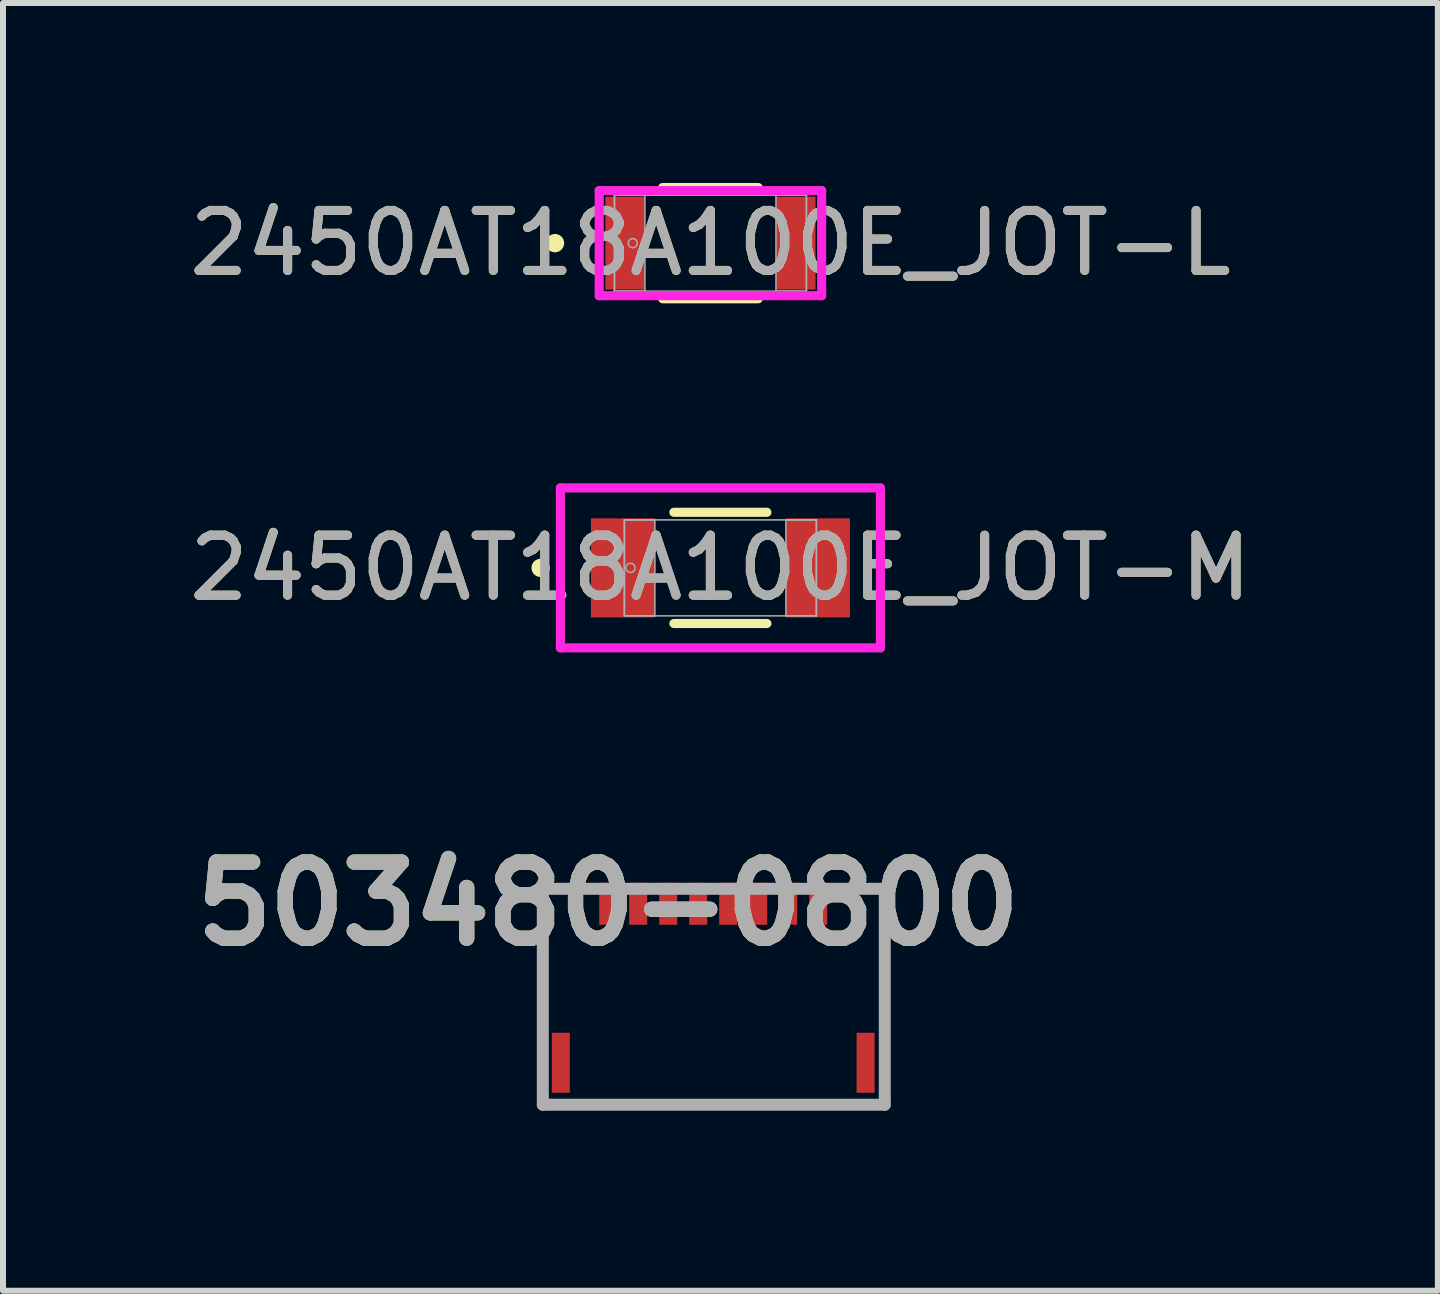
<source format=kicad_pcb>
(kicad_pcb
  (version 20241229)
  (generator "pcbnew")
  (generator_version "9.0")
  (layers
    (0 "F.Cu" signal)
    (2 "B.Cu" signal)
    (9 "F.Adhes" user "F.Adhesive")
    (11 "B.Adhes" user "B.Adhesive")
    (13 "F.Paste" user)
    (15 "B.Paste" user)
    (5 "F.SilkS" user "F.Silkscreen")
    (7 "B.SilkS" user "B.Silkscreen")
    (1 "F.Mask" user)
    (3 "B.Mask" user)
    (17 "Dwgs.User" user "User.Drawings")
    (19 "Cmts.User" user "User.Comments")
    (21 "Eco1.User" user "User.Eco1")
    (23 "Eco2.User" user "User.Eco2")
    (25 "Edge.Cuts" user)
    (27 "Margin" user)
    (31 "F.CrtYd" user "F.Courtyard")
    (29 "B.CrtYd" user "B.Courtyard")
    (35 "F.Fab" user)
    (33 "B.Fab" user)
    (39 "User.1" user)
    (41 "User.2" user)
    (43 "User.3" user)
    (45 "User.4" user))
  (footprint "2450AT18A100E_JOT-L"
    (layer "F.Cu")
    (at 8.792 1.003)
    (property "Reference" "2450AT18A100E_JOT-L" (at 0 0 0) (unlocked yes) (layer "F.SilkS") (effects (font (size 1 1) (thickness 0.15))))
    (attr smd)
    (fp_line (start -0.796 0.927) (end 0.796 0.927) (stroke (width 0.152) (type solid)) (layer "F.SilkS"))
    (fp_line (start 0.796 -0.927) (end -0.796 -0.927) (stroke (width 0.152) (type solid)) (layer "F.SilkS"))
    (fp_circle (center -2.591 0) (end -2.514 0) (stroke (width 0.152) (type solid)) (fill no) (layer "F.SilkS"))
    (fp_line (start -1.854 -0.876) (end 1.854 -0.876) (stroke (width 0.152) (type solid)) (layer "F.CrtYd"))
    (fp_line (start -1.854 0.876) (end -1.854 -0.876) (stroke (width 0.152) (type solid)) (layer "F.CrtYd"))
    (fp_line (start 1.854 -0.876) (end 1.854 0.876) (stroke (width 0.152) (type solid)) (layer "F.CrtYd"))
    (fp_line (start 1.854 0.876) (end -1.854 0.876) (stroke (width 0.152) (type solid)) (layer "F.CrtYd"))
    (fp_line (start -1.6 -0.8) (end -1.6 0.8) (stroke (width 0.025) (type solid)) (layer "F.Fab"))
    (fp_line (start -1.6 -0.8) (end -1.6 0.8) (stroke (width 0.025) (type solid)) (layer "F.Fab"))
    (fp_line (start -1.6 0.8) (end -1.092 0.8) (stroke (width 0.025) (type solid)) (layer "F.Fab"))
    (fp_line (start -1.6 0.8) (end 1.6 0.8) (stroke (width 0.025) (type solid)) (layer "F.Fab"))
    (fp_line (start -1.092 -0.8) (end -1.6 -0.8) (stroke (width 0.025) (type solid)) (layer "F.Fab"))
    (fp_line (start -1.092 0.8) (end -1.092 -0.8) (stroke (width 0.025) (type solid)) (layer "F.Fab"))
    (fp_line (start 1.092 -0.8) (end 1.092 0.8) (stroke (width 0.025) (type solid)) (layer "F.Fab"))
    (fp_line (start 1.092 0.8) (end 1.6 0.8) (stroke (width 0.025) (type solid)) (layer "F.Fab"))
    (fp_line (start 1.6 -0.8) (end -1.6 -0.8) (stroke (width 0.025) (type solid)) (layer "F.Fab"))
    (fp_line (start 1.6 -0.8) (end 1.092 -0.8) (stroke (width 0.025) (type solid)) (layer "F.Fab"))
    (fp_line (start 1.6 0.8) (end 1.6 -0.8) (stroke (width 0.025) (type solid)) (layer "F.Fab"))
    (fp_line (start 1.6 0.8) (end 1.6 -0.8) (stroke (width 0.025) (type solid)) (layer "F.Fab"))
    (fp_circle (center -1.295 0) (end -1.219 0) (stroke (width 0.025) (type solid)) (fill no) (layer "F.Fab"))
    (fp_text user "${REFERENCE}" (at 0 0 0) (unlocked yes) (layer "F.Fab") (effects (font (size 1 1) (thickness 0.15))))
    (pad "1" smd rect (at -1.422 0) (size 0.66 1.549) (layers "F.Cu" "F.Mask" "F.Paste"))
    (pad "2" smd rect (at 1.422 0) (size 0.66 1.549) (layers "F.Cu" "F.Mask" "F.Paste"))
    (zone (net_name "") (layer "F.Cu") (hatch full 0.508) (connect_pads) (min_thickness 0.254) (filled_areas_thickness no) (keepout (tracks not_allowed) (vias not_allowed) (pads allowed) (copperpour not_allowed) (footprints allowed)) (placement (enabled no)) (fill) (polygon (pts (xy 7.75 0.254) (xy 9.833 0.254) (xy 9.833 1.753) (xy 7.75 1.753)))))
  (footprint "503480-0800"
    (layer "F.Cu")
    (at 8.848 13.565)
    (property "Reference" "503480-0800" (at -1.76 -1.55 0) (layer "F.SilkS") (effects (font (size 1.27 1.27) (thickness 0.254))))
    (attr smd)
    (fp_line (start -2.85 -1.8) (end -2.85 1.8) (stroke (width 0.1) (type solid)) (layer "F.SilkS"))
    (fp_line (start -2.85 -1.8) (end -2.2 -1.8) (stroke (width 0.1) (type solid)) (layer "F.SilkS"))
    (fp_line (start -2.85 1.8) (end 2.85 1.8) (stroke (width 0.1) (type solid)) (layer "F.SilkS"))
    (fp_line (start 2.85 -1.8) (end 2.2 -1.8) (stroke (width 0.1) (type solid)) (layer "F.SilkS"))
    (fp_line (start 2.85 1.8) (end 2.85 -1.8) (stroke (width 0.1) (type solid)) (layer "F.SilkS"))
    (fp_line (start -2.85 -1.8) (end -2.85 1.8) (stroke (width 0.2) (type solid)) (layer "F.Fab"))
    (fp_line (start -2.85 1.8) (end 2.85 1.8) (stroke (width 0.2) (type solid)) (layer "F.Fab"))
    (fp_line (start 2.85 -1.8) (end -2.85 -1.8) (stroke (width 0.2) (type solid)) (layer "F.Fab"))
    (fp_line (start 2.85 1.8) (end 2.85 -1.8) (stroke (width 0.2) (type solid)) (layer "F.Fab"))
    (fp_text user "${REFERENCE}" (at -1.76 -1.55 0) (layer "F.Fab") (effects (font (size 1.27 1.27) (thickness 0.254))))
    (pad "1" smd rect (at -1.76 -1.55) (size 0.3 0.7) (layers "F.Cu" "F.Mask" "F.Paste"))
    (pad "2" smd rect (at -1.26 -1.55) (size 0.3 0.7) (layers "F.Cu" "F.Mask" "F.Paste"))
    (pad "3" smd rect (at -0.76 -1.55) (size 0.3 0.7) (layers "F.Cu" "F.Mask" "F.Paste"))
    (pad "4" smd rect (at -0.26 -1.55) (size 0.3 0.7) (layers "F.Cu" "F.Mask" "F.Paste"))
    (pad "5" smd rect (at 0.24 -1.55) (size 0.3 0.7) (layers "F.Cu" "F.Mask" "F.Paste"))
    (pad "6" smd rect (at 0.74 -1.55) (size 0.3 0.7) (layers "F.Cu" "F.Mask" "F.Paste"))
    (pad "7" smd rect (at 1.24 -1.55) (size 0.3 0.7) (layers "F.Cu" "F.Mask" "F.Paste"))
    (pad "8" smd rect (at 1.74 -1.55) (size 0.3 0.7) (layers "F.Cu" "F.Mask" "F.Paste"))
    (pad "9" smd rect (at -2.55 1.1) (size 0.3 1) (layers "F.Cu" "F.Mask" "F.Paste"))
    (pad "10" smd rect (at 2.53 1.1) (size 0.3 1) (layers "F.Cu" "F.Mask" "F.Paste")))
  (footprint "2450AT18A100E_JOT-M"
    (layer "F.Cu")
    (at 8.958 6.416)
    (property "Reference" "2450AT18A100E_JOT-M" (at 0 0 0) (unlocked yes) (layer "F.SilkS") (effects (font (size 1 1) (thickness 0.15))))
    (attr smd)
    (fp_line (start -0.775 0.927) (end 0.775 0.927) (stroke (width 0.152) (type solid)) (layer "F.SilkS"))
    (fp_line (start 0.775 -0.927) (end -0.775 -0.927) (stroke (width 0.152) (type solid)) (layer "F.SilkS"))
    (fp_circle (center -2.997 0) (end -2.921 0) (stroke (width 0.152) (type solid)) (fill no) (layer "F.SilkS"))
    (fp_line (start -2.667 -1.333) (end 2.667 -1.333) (stroke (width 0.152) (type solid)) (layer "F.CrtYd"))
    (fp_line (start -2.667 1.333) (end -2.667 -1.333) (stroke (width 0.152) (type solid)) (layer "F.CrtYd"))
    (fp_line (start 2.667 -1.333) (end 2.667 1.333) (stroke (width 0.152) (type solid)) (layer "F.CrtYd"))
    (fp_line (start 2.667 1.333) (end -2.667 1.333) (stroke (width 0.152) (type solid)) (layer "F.CrtYd"))
    (fp_line (start -1.6 -0.8) (end -1.6 0.8) (stroke (width 0.025) (type solid)) (layer "F.Fab"))
    (fp_line (start -1.6 -0.8) (end -1.6 0.8) (stroke (width 0.025) (type solid)) (layer "F.Fab"))
    (fp_line (start -1.6 0.8) (end -1.092 0.8) (stroke (width 0.025) (type solid)) (layer "F.Fab"))
    (fp_line (start -1.6 0.8) (end 1.6 0.8) (stroke (width 0.025) (type solid)) (layer "F.Fab"))
    (fp_line (start -1.092 -0.8) (end -1.6 -0.8) (stroke (width 0.025) (type solid)) (layer "F.Fab"))
    (fp_line (start -1.092 0.8) (end -1.092 -0.8) (stroke (width 0.025) (type solid)) (layer "F.Fab"))
    (fp_line (start 1.092 -0.8) (end 1.092 0.8) (stroke (width 0.025) (type solid)) (layer "F.Fab"))
    (fp_line (start 1.092 0.8) (end 1.6 0.8) (stroke (width 0.025) (type solid)) (layer "F.Fab"))
    (fp_line (start 1.6 -0.8) (end -1.6 -0.8) (stroke (width 0.025) (type solid)) (layer "F.Fab"))
    (fp_line (start 1.6 -0.8) (end 1.092 -0.8) (stroke (width 0.025) (type solid)) (layer "F.Fab"))
    (fp_line (start 1.6 0.8) (end 1.6 -0.8) (stroke (width 0.025) (type solid)) (layer "F.Fab"))
    (fp_line (start 1.6 0.8) (end 1.6 -0.8) (stroke (width 0.025) (type solid)) (layer "F.Fab"))
    (fp_circle (center -1.498 0) (end -1.422 0) (stroke (width 0.025) (type solid)) (fill no) (layer "F.Fab"))
    (fp_text user "${REFERENCE}" (at 0 0 0) (unlocked yes) (layer "F.Fab") (effects (font (size 1 1) (thickness 0.15))))
    (pad "1" smd rect (at -1.625 0) (size 1.067 1.651) (layers "F.Cu" "F.Mask" "F.Paste"))
    (pad "2" smd rect (at 1.625 0) (size 1.067 1.651) (layers "F.Cu" "F.Mask" "F.Paste"))
    (zone (net_name "") (layer "F.Cu") (hatch full 0.508) (connect_pads) (min_thickness 0.254) (filled_areas_thickness no) (keepout (tracks not_allowed) (vias not_allowed) (pads allowed) (copperpour not_allowed) (footprints allowed)) (placement (enabled no)) (fill) (polygon (pts (xy 7.917 5.667) (xy 10 5.667) (xy 10 7.166) (xy 7.917 7.166)))))
  (gr_rect
    (start -3 -3)
    (end 20.917 18.465)
    (stroke (width 0.1) (type default))
    (fill no)
    (layer "Edge.Cuts")))
</source>
